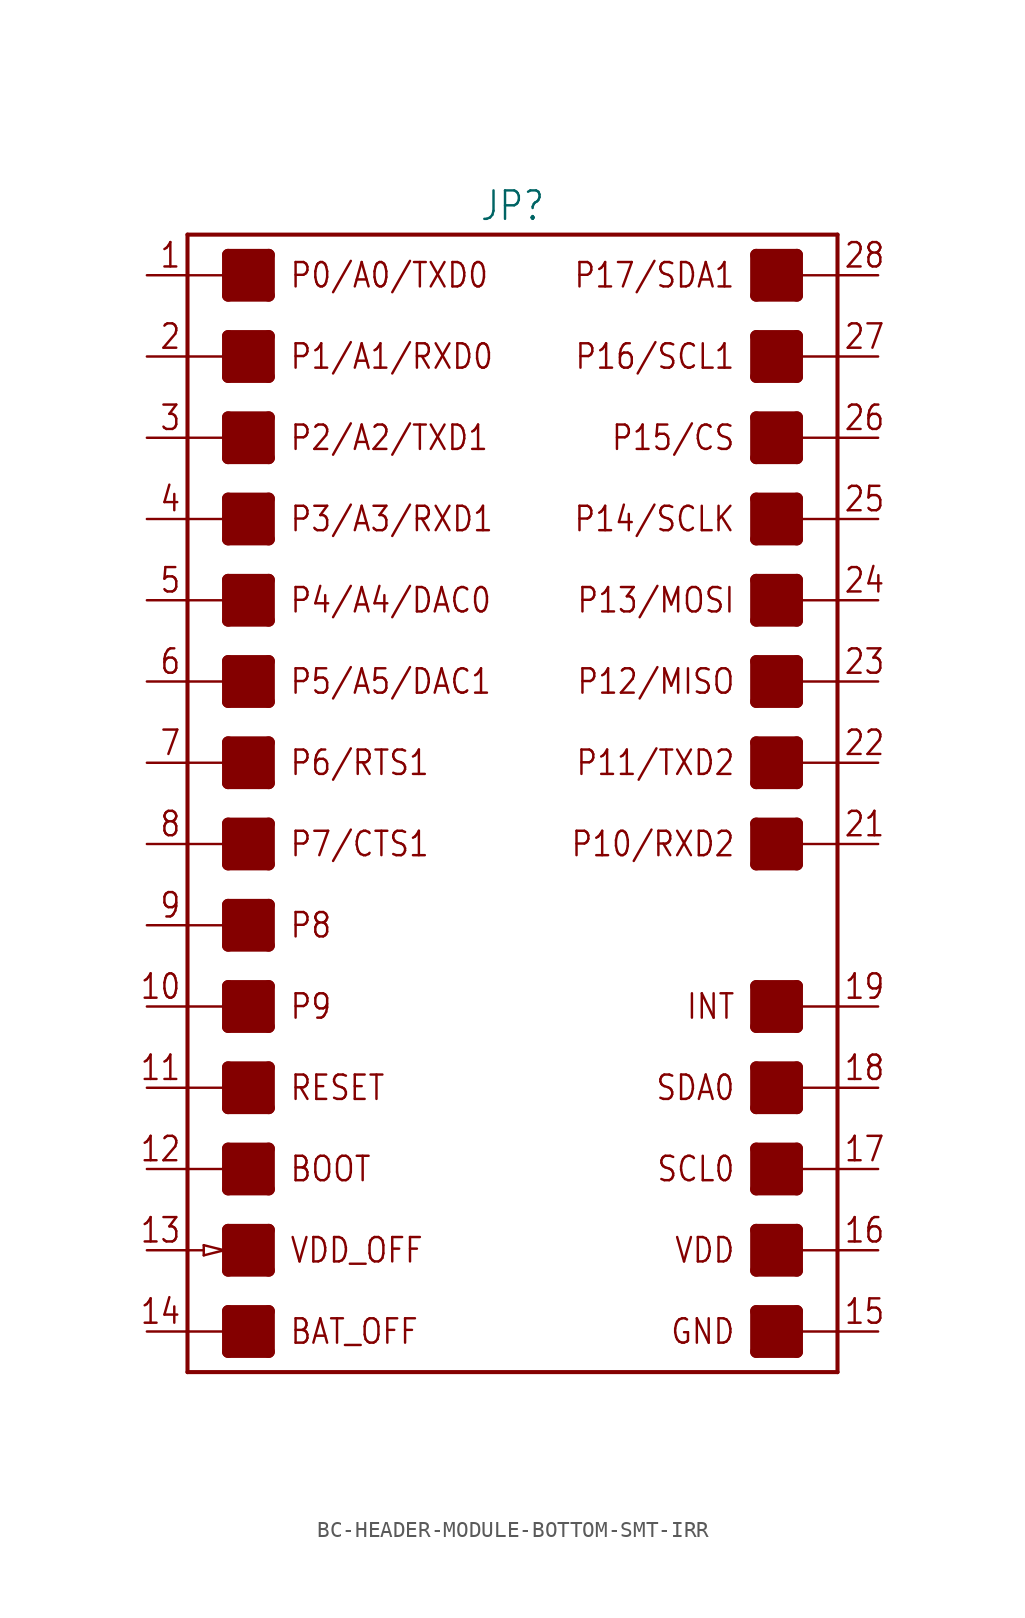
<source format=kicad_sym>
(kicad_symbol_lib
  (version 20231120)
  (generator "kicad_symbol_editor")
  (generator_version "8.0")
  (symbol "BC-HEADER-MODULE-BOTTOM-SMT-IRR"
    (property "Reference" "JP"
      (at 0 36.322 0)
      (effects (font (size 1.778 1.511)) (justify bottom)))
    (property "Value" ""
      (at 0 -36.322 0)
      (effects (font (size 1.778 1.511)) (justify top)))
    (property "ki_locked" ""
      (at 0 0 0)
      (effects (font (size 1.27 1.27))))
    (symbol "BC-HEADER-MODULE-BOTTOM-SMT-IRR_1_0"
      (rectangle (start -17.78 -34.29) (end -15.24 -31.75) (stroke (width 0) (type default)) (fill (type outline)))
      (rectangle (start -17.78 -29.21) (end -15.24 -26.67) (stroke (width 0) (type default)) (fill (type outline)))
      (rectangle (start -17.78 -24.13) (end -15.24 -21.59) (stroke (width 0) (type default)) (fill (type outline)))
      (rectangle (start -17.78 -19.05) (end -15.24 -16.51) (stroke (width 0) (type default)) (fill (type outline)))
      (rectangle (start -17.78 -13.97) (end -15.24 -11.43) (stroke (width 0) (type default)) (fill (type outline)))
      (rectangle (start -17.78 -8.89) (end -15.24 -6.35) (stroke (width 0) (type default)) (fill (type outline)))
      (rectangle (start -17.78 -3.81) (end -15.24 -1.27) (stroke (width 0) (type default)) (fill (type outline)))
      (rectangle (start -17.78 1.27) (end -15.24 3.81) (stroke (width 0) (type default)) (fill (type outline)))
      (rectangle (start -17.78 6.35) (end -15.24 8.89) (stroke (width 0) (type default)) (fill (type outline)))
      (rectangle (start -17.78 11.43) (end -15.24 13.97) (stroke (width 0) (type default)) (fill (type outline)))
      (rectangle (start -17.78 16.51) (end -15.24 19.05) (stroke (width 0) (type default)) (fill (type outline)))
      (rectangle (start -17.78 21.59) (end -15.24 24.13) (stroke (width 0) (type default)) (fill (type outline)))
      (rectangle (start -17.78 26.67) (end -15.24 29.21) (stroke (width 0) (type default)) (fill (type outline)))
      (rectangle (start -17.78 31.75) (end -15.24 34.29) (stroke (width 0) (type default)) (fill (type outline)))
      (polyline (pts (xy -20.32 -33.02) (xy -20.32 -35.56)) (stroke (width 0.254) (type solid)) (fill (type none)))
      (polyline (pts (xy -20.32 -33.02) (xy -17.78 -33.02)) (stroke (width 0.152) (type solid)) (fill (type none)))
      (polyline (pts (xy -20.32 -27.94) (xy -20.32 -33.02)) (stroke (width 0.254) (type solid)) (fill (type none)))
      (polyline (pts (xy -20.32 -27.94) (xy -19.304 -27.94)) (stroke (width 0.152) (type solid)) (fill (type none)))
      (polyline (pts (xy -20.32 -22.86) (xy -20.32 -27.94)) (stroke (width 0.254) (type solid)) (fill (type none)))
      (polyline (pts (xy -20.32 -22.86) (xy -17.78 -22.86)) (stroke (width 0.152) (type solid)) (fill (type none)))
      (polyline (pts (xy -20.32 -17.78) (xy -20.32 -22.86)) (stroke (width 0.254) (type solid)) (fill (type none)))
      (polyline (pts (xy -20.32 -17.78) (xy -17.78 -17.78)) (stroke (width 0.152) (type solid)) (fill (type none)))
      (polyline (pts (xy -20.32 -12.7) (xy -20.32 -17.78)) (stroke (width 0.254) (type solid)) (fill (type none)))
      (polyline (pts (xy -20.32 -12.7) (xy -17.78 -12.7)) (stroke (width 0.152) (type solid)) (fill (type none)))
      (polyline (pts (xy -20.32 -7.62) (xy -20.32 -12.7)) (stroke (width 0.254) (type solid)) (fill (type none)))
      (polyline (pts (xy -20.32 -7.62) (xy -17.78 -7.62)) (stroke (width 0.152) (type solid)) (fill (type none)))
      (polyline (pts (xy -20.32 -2.54) (xy -20.32 -7.62)) (stroke (width 0.254) (type solid)) (fill (type none)))
      (polyline (pts (xy -20.32 -2.54) (xy -17.78 -2.54)) (stroke (width 0.152) (type solid)) (fill (type none)))
      (polyline (pts (xy -20.32 2.54) (xy -20.32 -2.54)) (stroke (width 0.254) (type solid)) (fill (type none)))
      (polyline (pts (xy -20.32 2.54) (xy -17.78 2.54)) (stroke (width 0.152) (type solid)) (fill (type none)))
      (polyline (pts (xy -20.32 7.62) (xy -20.32 2.54)) (stroke (width 0.254) (type solid)) (fill (type none)))
      (polyline (pts (xy -20.32 7.62) (xy -17.78 7.62)) (stroke (width 0.152) (type solid)) (fill (type none)))
      (polyline (pts (xy -20.32 12.7) (xy -20.32 7.62)) (stroke (width 0.254) (type solid)) (fill (type none)))
      (polyline (pts (xy -20.32 12.7) (xy -17.78 12.7)) (stroke (width 0.152) (type solid)) (fill (type none)))
      (polyline (pts (xy -20.32 17.78) (xy -20.32 12.7)) (stroke (width 0.254) (type solid)) (fill (type none)))
      (polyline (pts (xy -20.32 17.78) (xy -17.78 17.78)) (stroke (width 0.152) (type solid)) (fill (type none)))
      (polyline (pts (xy -20.32 22.86) (xy -20.32 17.78)) (stroke (width 0.254) (type solid)) (fill (type none)))
      (polyline (pts (xy -20.32 22.86) (xy -17.78 22.86)) (stroke (width 0.152) (type solid)) (fill (type none)))
      (polyline (pts (xy -20.32 27.94) (xy -20.32 22.86)) (stroke (width 0.254) (type solid)) (fill (type none)))
      (polyline (pts (xy -20.32 27.94) (xy -17.78 27.94)) (stroke (width 0.152) (type solid)) (fill (type none)))
      (polyline (pts (xy -20.32 33.02) (xy -20.32 27.94)) (stroke (width 0.254) (type solid)) (fill (type none)))
      (polyline (pts (xy -20.32 33.02) (xy -17.78 33.02)) (stroke (width 0.152) (type solid)) (fill (type none)))
      (polyline (pts (xy -20.32 35.56) (xy -20.32 33.02)) (stroke (width 0.254) (type solid)) (fill (type none)))
      (polyline (pts (xy -20.32 35.56) (xy 20.32 35.56)) (stroke (width 0.254) (type solid)) (fill (type none)))
      (polyline (pts (xy -19.304 -28.258) (xy -18.034 -27.94)) (stroke (width 0.152) (type solid)) (fill (type none)))
      (polyline (pts (xy -19.304 -27.94) (xy -19.304 -28.258)) (stroke (width 0.152) (type solid)) (fill (type none)))
      (polyline (pts (xy -19.304 -27.622) (xy -19.304 -27.94)) (stroke (width 0.152) (type solid)) (fill (type none)))
      (polyline (pts (xy -18.034 -27.94) (xy -19.304 -27.622)) (stroke (width 0.152) (type solid)) (fill (type none)))
      (polyline (pts (xy -17.78 -34.29) (xy -15.24 -34.29)) (stroke (width 0.762) (type solid)) (fill (type none)))
      (polyline (pts (xy -17.78 -33.02) (xy -17.78 -34.29)) (stroke (width 0.762) (type solid)) (fill (type none)))
      (polyline (pts (xy -17.78 -31.75) (xy -17.78 -33.02)) (stroke (width 0.762) (type solid)) (fill (type none)))
      (polyline (pts (xy -17.78 -31.75) (xy -15.24 -31.75)) (stroke (width 0.762) (type solid)) (fill (type none)))
      (polyline (pts (xy -17.78 -29.21) (xy -15.24 -29.21)) (stroke (width 0.762) (type solid)) (fill (type none)))
      (polyline (pts (xy -17.78 -26.67) (xy -17.78 -29.21)) (stroke (width 0.762) (type solid)) (fill (type none)))
      (polyline (pts (xy -17.78 -26.67) (xy -15.24 -26.67)) (stroke (width 0.762) (type solid)) (fill (type none)))
      (polyline (pts (xy -17.78 -24.13) (xy -15.24 -24.13)) (stroke (width 0.762) (type solid)) (fill (type none)))
      (polyline (pts (xy -17.78 -22.86) (xy -17.78 -24.13)) (stroke (width 0.762) (type solid)) (fill (type none)))
      (polyline (pts (xy -17.78 -21.59) (xy -17.78 -22.86)) (stroke (width 0.762) (type solid)) (fill (type none)))
      (polyline (pts (xy -17.78 -21.59) (xy -15.24 -21.59)) (stroke (width 0.762) (type solid)) (fill (type none)))
      (polyline (pts (xy -17.78 -19.05) (xy -15.24 -19.05)) (stroke (width 0.762) (type solid)) (fill (type none)))
      (polyline (pts (xy -17.78 -17.78) (xy -17.78 -19.05)) (stroke (width 0.762) (type solid)) (fill (type none)))
      (polyline (pts (xy -17.78 -16.51) (xy -17.78 -17.78)) (stroke (width 0.762) (type solid)) (fill (type none)))
      (polyline (pts (xy -17.78 -16.51) (xy -15.24 -16.51)) (stroke (width 0.762) (type solid)) (fill (type none)))
      (polyline (pts (xy -17.78 -13.97) (xy -15.24 -13.97)) (stroke (width 0.762) (type solid)) (fill (type none)))
      (polyline (pts (xy -17.78 -12.7) (xy -17.78 -13.97)) (stroke (width 0.762) (type solid)) (fill (type none)))
      (polyline (pts (xy -17.78 -11.43) (xy -17.78 -12.7)) (stroke (width 0.762) (type solid)) (fill (type none)))
      (polyline (pts (xy -17.78 -11.43) (xy -15.24 -11.43)) (stroke (width 0.762) (type solid)) (fill (type none)))
      (polyline (pts (xy -17.78 -8.89) (xy -15.24 -8.89)) (stroke (width 0.762) (type solid)) (fill (type none)))
      (polyline (pts (xy -17.78 -7.62) (xy -17.78 -8.89)) (stroke (width 0.762) (type solid)) (fill (type none)))
      (polyline (pts (xy -17.78 -6.35) (xy -17.78 -7.62)) (stroke (width 0.762) (type solid)) (fill (type none)))
      (polyline (pts (xy -17.78 -6.35) (xy -15.24 -6.35)) (stroke (width 0.762) (type solid)) (fill (type none)))
      (polyline (pts (xy -17.78 -3.81) (xy -15.24 -3.81)) (stroke (width 0.762) (type solid)) (fill (type none)))
      (polyline (pts (xy -17.78 -2.54) (xy -17.78 -3.81)) (stroke (width 0.762) (type solid)) (fill (type none)))
      (polyline (pts (xy -17.78 -1.27) (xy -17.78 -2.54)) (stroke (width 0.762) (type solid)) (fill (type none)))
      (polyline (pts (xy -17.78 -1.27) (xy -15.24 -1.27)) (stroke (width 0.762) (type solid)) (fill (type none)))
      (polyline (pts (xy -17.78 1.27) (xy -15.24 1.27)) (stroke (width 0.762) (type solid)) (fill (type none)))
      (polyline (pts (xy -17.78 2.54) (xy -17.78 1.27)) (stroke (width 0.762) (type solid)) (fill (type none)))
      (polyline (pts (xy -17.78 3.81) (xy -17.78 2.54)) (stroke (width 0.762) (type solid)) (fill (type none)))
      (polyline (pts (xy -17.78 3.81) (xy -15.24 3.81)) (stroke (width 0.762) (type solid)) (fill (type none)))
      (polyline (pts (xy -17.78 6.35) (xy -15.24 6.35)) (stroke (width 0.762) (type solid)) (fill (type none)))
      (polyline (pts (xy -17.78 7.62) (xy -17.78 6.35)) (stroke (width 0.762) (type solid)) (fill (type none)))
      (polyline (pts (xy -17.78 8.89) (xy -17.78 7.62)) (stroke (width 0.762) (type solid)) (fill (type none)))
      (polyline (pts (xy -17.78 8.89) (xy -15.24 8.89)) (stroke (width 0.762) (type solid)) (fill (type none)))
      (polyline (pts (xy -17.78 11.43) (xy -15.24 11.43)) (stroke (width 0.762) (type solid)) (fill (type none)))
      (polyline (pts (xy -17.78 12.7) (xy -17.78 11.43)) (stroke (width 0.762) (type solid)) (fill (type none)))
      (polyline (pts (xy -17.78 13.97) (xy -17.78 12.7)) (stroke (width 0.762) (type solid)) (fill (type none)))
      (polyline (pts (xy -17.78 13.97) (xy -15.24 13.97)) (stroke (width 0.762) (type solid)) (fill (type none)))
      (polyline (pts (xy -17.78 16.51) (xy -15.24 16.51)) (stroke (width 0.762) (type solid)) (fill (type none)))
      (polyline (pts (xy -17.78 17.78) (xy -17.78 16.51)) (stroke (width 0.762) (type solid)) (fill (type none)))
      (polyline (pts (xy -17.78 19.05) (xy -17.78 17.78)) (stroke (width 0.762) (type solid)) (fill (type none)))
      (polyline (pts (xy -17.78 19.05) (xy -15.24 19.05)) (stroke (width 0.762) (type solid)) (fill (type none)))
      (polyline (pts (xy -17.78 21.59) (xy -15.24 21.59)) (stroke (width 0.762) (type solid)) (fill (type none)))
      (polyline (pts (xy -17.78 22.86) (xy -17.78 21.59)) (stroke (width 0.762) (type solid)) (fill (type none)))
      (polyline (pts (xy -17.78 24.13) (xy -17.78 22.86)) (stroke (width 0.762) (type solid)) (fill (type none)))
      (polyline (pts (xy -17.78 24.13) (xy -15.24 24.13)) (stroke (width 0.762) (type solid)) (fill (type none)))
      (polyline (pts (xy -17.78 26.67) (xy -15.24 26.67)) (stroke (width 0.762) (type solid)) (fill (type none)))
      (polyline (pts (xy -17.78 27.94) (xy -17.78 26.67)) (stroke (width 0.762) (type solid)) (fill (type none)))
      (polyline (pts (xy -17.78 29.21) (xy -17.78 27.94)) (stroke (width 0.762) (type solid)) (fill (type none)))
      (polyline (pts (xy -17.78 29.21) (xy -15.24 29.21)) (stroke (width 0.762) (type solid)) (fill (type none)))
      (polyline (pts (xy -17.78 31.75) (xy -15.24 31.75)) (stroke (width 0.762) (type solid)) (fill (type none)))
      (polyline (pts (xy -17.78 33.02) (xy -17.78 31.75)) (stroke (width 0.762) (type solid)) (fill (type none)))
      (polyline (pts (xy -17.78 34.29) (xy -17.78 33.02)) (stroke (width 0.762) (type solid)) (fill (type none)))
      (polyline (pts (xy -17.78 34.29) (xy -15.24 34.29)) (stroke (width 0.762) (type solid)) (fill (type none)))
      (polyline (pts (xy -15.24 -34.29) (xy -15.24 -31.75)) (stroke (width 0.762) (type solid)) (fill (type none)))
      (polyline (pts (xy -15.24 -29.21) (xy -15.24 -26.67)) (stroke (width 0.762) (type solid)) (fill (type none)))
      (polyline (pts (xy -15.24 -24.13) (xy -15.24 -21.59)) (stroke (width 0.762) (type solid)) (fill (type none)))
      (polyline (pts (xy -15.24 -19.05) (xy -15.24 -16.51)) (stroke (width 0.762) (type solid)) (fill (type none)))
      (polyline (pts (xy -15.24 -13.97) (xy -15.24 -11.43)) (stroke (width 0.762) (type solid)) (fill (type none)))
      (polyline (pts (xy -15.24 -8.89) (xy -15.24 -6.35)) (stroke (width 0.762) (type solid)) (fill (type none)))
      (polyline (pts (xy -15.24 -3.81) (xy -15.24 -1.27)) (stroke (width 0.762) (type solid)) (fill (type none)))
      (polyline (pts (xy -15.24 1.27) (xy -15.24 3.81)) (stroke (width 0.762) (type solid)) (fill (type none)))
      (polyline (pts (xy -15.24 6.35) (xy -15.24 8.89)) (stroke (width 0.762) (type solid)) (fill (type none)))
      (polyline (pts (xy -15.24 11.43) (xy -15.24 13.97)) (stroke (width 0.762) (type solid)) (fill (type none)))
      (polyline (pts (xy -15.24 16.51) (xy -15.24 19.05)) (stroke (width 0.762) (type solid)) (fill (type none)))
      (polyline (pts (xy -15.24 21.59) (xy -15.24 24.13)) (stroke (width 0.762) (type solid)) (fill (type none)))
      (polyline (pts (xy -15.24 26.67) (xy -15.24 29.21)) (stroke (width 0.762) (type solid)) (fill (type none)))
      (polyline (pts (xy -15.24 31.75) (xy -15.24 34.29)) (stroke (width 0.762) (type solid)) (fill (type none)))
      (polyline (pts (xy 15.24 -34.29) (xy 17.78 -34.29)) (stroke (width 0.762) (type solid)) (fill (type none)))
      (polyline (pts (xy 15.24 -31.75) (xy 15.24 -34.29)) (stroke (width 0.762) (type solid)) (fill (type none)))
      (polyline (pts (xy 15.24 -31.75) (xy 17.78 -31.75)) (stroke (width 0.762) (type solid)) (fill (type none)))
      (polyline (pts (xy 15.24 -29.21) (xy 17.78 -29.21)) (stroke (width 0.762) (type solid)) (fill (type none)))
      (polyline (pts (xy 15.24 -26.67) (xy 15.24 -29.21)) (stroke (width 0.762) (type solid)) (fill (type none)))
      (polyline (pts (xy 15.24 -26.67) (xy 17.78 -26.67)) (stroke (width 0.762) (type solid)) (fill (type none)))
      (polyline (pts (xy 15.24 -24.13) (xy 17.78 -24.13)) (stroke (width 0.762) (type solid)) (fill (type none)))
      (polyline (pts (xy 15.24 -21.59) (xy 15.24 -24.13)) (stroke (width 0.762) (type solid)) (fill (type none)))
      (polyline (pts (xy 15.24 -21.59) (xy 17.78 -21.59)) (stroke (width 0.762) (type solid)) (fill (type none)))
      (polyline (pts (xy 15.24 -19.05) (xy 17.78 -19.05)) (stroke (width 0.762) (type solid)) (fill (type none)))
      (polyline (pts (xy 15.24 -16.51) (xy 15.24 -19.05)) (stroke (width 0.762) (type solid)) (fill (type none)))
      (polyline (pts (xy 15.24 -16.51) (xy 17.78 -16.51)) (stroke (width 0.762) (type solid)) (fill (type none)))
      (polyline (pts (xy 15.24 -13.97) (xy 17.78 -13.97)) (stroke (width 0.762) (type solid)) (fill (type none)))
      (polyline (pts (xy 15.24 -11.43) (xy 15.24 -13.97)) (stroke (width 0.762) (type solid)) (fill (type none)))
      (polyline (pts (xy 15.24 -11.43) (xy 17.78 -11.43)) (stroke (width 0.762) (type solid)) (fill (type none)))
      (polyline (pts (xy 15.24 -3.81) (xy 17.78 -3.81)) (stroke (width 0.762) (type solid)) (fill (type none)))
      (polyline (pts (xy 15.24 -1.27) (xy 15.24 -3.81)) (stroke (width 0.762) (type solid)) (fill (type none)))
      (polyline (pts (xy 15.24 -1.27) (xy 17.78 -1.27)) (stroke (width 0.762) (type solid)) (fill (type none)))
      (polyline (pts (xy 15.24 1.27) (xy 17.78 1.27)) (stroke (width 0.762) (type solid)) (fill (type none)))
      (polyline (pts (xy 15.24 3.81) (xy 15.24 1.27)) (stroke (width 0.762) (type solid)) (fill (type none)))
      (polyline (pts (xy 15.24 3.81) (xy 17.78 3.81)) (stroke (width 0.762) (type solid)) (fill (type none)))
      (polyline (pts (xy 15.24 6.35) (xy 17.78 6.35)) (stroke (width 0.762) (type solid)) (fill (type none)))
      (polyline (pts (xy 15.24 8.89) (xy 15.24 6.35)) (stroke (width 0.762) (type solid)) (fill (type none)))
      (polyline (pts (xy 15.24 8.89) (xy 17.78 8.89)) (stroke (width 0.762) (type solid)) (fill (type none)))
      (polyline (pts (xy 15.24 11.43) (xy 17.78 11.43)) (stroke (width 0.762) (type solid)) (fill (type none)))
      (polyline (pts (xy 15.24 13.97) (xy 15.24 11.43)) (stroke (width 0.762) (type solid)) (fill (type none)))
      (polyline (pts (xy 15.24 13.97) (xy 17.78 13.97)) (stroke (width 0.762) (type solid)) (fill (type none)))
      (polyline (pts (xy 15.24 16.51) (xy 17.78 16.51)) (stroke (width 0.762) (type solid)) (fill (type none)))
      (polyline (pts (xy 15.24 19.05) (xy 15.24 16.51)) (stroke (width 0.762) (type solid)) (fill (type none)))
      (polyline (pts (xy 15.24 19.05) (xy 17.78 19.05)) (stroke (width 0.762) (type solid)) (fill (type none)))
      (polyline (pts (xy 15.24 21.59) (xy 17.78 21.59)) (stroke (width 0.762) (type solid)) (fill (type none)))
      (polyline (pts (xy 15.24 24.13) (xy 15.24 21.59)) (stroke (width 0.762) (type solid)) (fill (type none)))
      (polyline (pts (xy 15.24 24.13) (xy 17.78 24.13)) (stroke (width 0.762) (type solid)) (fill (type none)))
      (polyline (pts (xy 15.24 26.67) (xy 17.78 26.67)) (stroke (width 0.762) (type solid)) (fill (type none)))
      (polyline (pts (xy 15.24 29.21) (xy 15.24 26.67)) (stroke (width 0.762) (type solid)) (fill (type none)))
      (polyline (pts (xy 15.24 29.21) (xy 17.78 29.21)) (stroke (width 0.762) (type solid)) (fill (type none)))
      (polyline (pts (xy 15.24 31.75) (xy 17.78 31.75)) (stroke (width 0.762) (type solid)) (fill (type none)))
      (polyline (pts (xy 15.24 34.29) (xy 15.24 31.75)) (stroke (width 0.762) (type solid)) (fill (type none)))
      (polyline (pts (xy 15.24 34.29) (xy 17.78 34.29)) (stroke (width 0.762) (type solid)) (fill (type none)))
      (polyline (pts (xy 17.78 -34.29) (xy 17.78 -33.02)) (stroke (width 0.762) (type solid)) (fill (type none)))
      (polyline (pts (xy 17.78 -33.02) (xy 17.78 -31.75)) (stroke (width 0.762) (type solid)) (fill (type none)))
      (polyline (pts (xy 17.78 -33.02) (xy 20.32 -33.02)) (stroke (width 0.152) (type solid)) (fill (type none)))
      (polyline (pts (xy 17.78 -29.21) (xy 17.78 -27.94)) (stroke (width 0.762) (type solid)) (fill (type none)))
      (polyline (pts (xy 17.78 -27.94) (xy 17.78 -26.67)) (stroke (width 0.762) (type solid)) (fill (type none)))
      (polyline (pts (xy 17.78 -27.94) (xy 20.32 -27.94)) (stroke (width 0.152) (type solid)) (fill (type none)))
      (polyline (pts (xy 17.78 -24.13) (xy 17.78 -22.86)) (stroke (width 0.762) (type solid)) (fill (type none)))
      (polyline (pts (xy 17.78 -22.86) (xy 17.78 -21.59)) (stroke (width 0.762) (type solid)) (fill (type none)))
      (polyline (pts (xy 17.78 -22.86) (xy 20.32 -22.86)) (stroke (width 0.152) (type solid)) (fill (type none)))
      (polyline (pts (xy 17.78 -19.05) (xy 17.78 -17.78)) (stroke (width 0.762) (type solid)) (fill (type none)))
      (polyline (pts (xy 17.78 -17.78) (xy 17.78 -16.51)) (stroke (width 0.762) (type solid)) (fill (type none)))
      (polyline (pts (xy 17.78 -17.78) (xy 20.32 -17.78)) (stroke (width 0.152) (type solid)) (fill (type none)))
      (polyline (pts (xy 17.78 -13.97) (xy 17.78 -12.7)) (stroke (width 0.762) (type solid)) (fill (type none)))
      (polyline (pts (xy 17.78 -12.7) (xy 17.78 -11.43)) (stroke (width 0.762) (type solid)) (fill (type none)))
      (polyline (pts (xy 17.78 -12.7) (xy 20.32 -12.7)) (stroke (width 0.152) (type solid)) (fill (type none)))
      (polyline (pts (xy 17.78 -3.81) (xy 17.78 -2.54)) (stroke (width 0.762) (type solid)) (fill (type none)))
      (polyline (pts (xy 17.78 -2.54) (xy 17.78 -1.27)) (stroke (width 0.762) (type solid)) (fill (type none)))
      (polyline (pts (xy 17.78 -2.54) (xy 20.32 -2.54)) (stroke (width 0.152) (type solid)) (fill (type none)))
      (polyline (pts (xy 17.78 1.27) (xy 17.78 2.54)) (stroke (width 0.762) (type solid)) (fill (type none)))
      (polyline (pts (xy 17.78 2.54) (xy 17.78 3.81)) (stroke (width 0.762) (type solid)) (fill (type none)))
      (polyline (pts (xy 17.78 2.54) (xy 20.32 2.54)) (stroke (width 0.152) (type solid)) (fill (type none)))
      (polyline (pts (xy 17.78 6.35) (xy 17.78 7.62)) (stroke (width 0.762) (type solid)) (fill (type none)))
      (polyline (pts (xy 17.78 7.62) (xy 17.78 8.89)) (stroke (width 0.762) (type solid)) (fill (type none)))
      (polyline (pts (xy 17.78 7.62) (xy 20.32 7.62)) (stroke (width 0.152) (type solid)) (fill (type none)))
      (polyline (pts (xy 17.78 11.43) (xy 17.78 12.7)) (stroke (width 0.762) (type solid)) (fill (type none)))
      (polyline (pts (xy 17.78 12.7) (xy 17.78 13.97)) (stroke (width 0.762) (type solid)) (fill (type none)))
      (polyline (pts (xy 17.78 12.7) (xy 20.32 12.7)) (stroke (width 0.152) (type solid)) (fill (type none)))
      (polyline (pts (xy 17.78 16.51) (xy 17.78 17.78)) (stroke (width 0.762) (type solid)) (fill (type none)))
      (polyline (pts (xy 17.78 17.78) (xy 17.78 19.05)) (stroke (width 0.762) (type solid)) (fill (type none)))
      (polyline (pts (xy 17.78 17.78) (xy 20.32 17.78)) (stroke (width 0.152) (type solid)) (fill (type none)))
      (polyline (pts (xy 17.78 21.59) (xy 17.78 22.86)) (stroke (width 0.762) (type solid)) (fill (type none)))
      (polyline (pts (xy 17.78 22.86) (xy 17.78 24.13)) (stroke (width 0.762) (type solid)) (fill (type none)))
      (polyline (pts (xy 17.78 22.86) (xy 20.32 22.86)) (stroke (width 0.152) (type solid)) (fill (type none)))
      (polyline (pts (xy 17.78 26.67) (xy 17.78 27.94)) (stroke (width 0.762) (type solid)) (fill (type none)))
      (polyline (pts (xy 17.78 27.94) (xy 17.78 29.21)) (stroke (width 0.762) (type solid)) (fill (type none)))
      (polyline (pts (xy 17.78 27.94) (xy 20.32 27.94)) (stroke (width 0.152) (type solid)) (fill (type none)))
      (polyline (pts (xy 17.78 31.75) (xy 17.78 33.02)) (stroke (width 0.762) (type solid)) (fill (type none)))
      (polyline (pts (xy 17.78 33.02) (xy 17.78 34.29)) (stroke (width 0.762) (type solid)) (fill (type none)))
      (polyline (pts (xy 17.78 33.02) (xy 20.32 33.02)) (stroke (width 0.152) (type solid)) (fill (type none)))
      (polyline (pts (xy 20.32 -35.56) (xy -20.32 -35.56)) (stroke (width 0.254) (type solid)) (fill (type none)))
      (polyline (pts (xy 20.32 -33.02) (xy 20.32 -35.56)) (stroke (width 0.254) (type solid)) (fill (type none)))
      (polyline (pts (xy 20.32 -27.94) (xy 20.32 -33.02)) (stroke (width 0.254) (type solid)) (fill (type none)))
      (polyline (pts (xy 20.32 -22.86) (xy 20.32 -27.94)) (stroke (width 0.254) (type solid)) (fill (type none)))
      (polyline (pts (xy 20.32 -17.78) (xy 20.32 -22.86)) (stroke (width 0.254) (type solid)) (fill (type none)))
      (polyline (pts (xy 20.32 -12.7) (xy 20.32 -17.78)) (stroke (width 0.254) (type solid)) (fill (type none)))
      (polyline (pts (xy 20.32 -2.54) (xy 20.32 -12.7)) (stroke (width 0.254) (type solid)) (fill (type none)))
      (polyline (pts (xy 20.32 2.54) (xy 20.32 -2.54)) (stroke (width 0.254) (type solid)) (fill (type none)))
      (polyline (pts (xy 20.32 7.62) (xy 20.32 2.54)) (stroke (width 0.254) (type solid)) (fill (type none)))
      (polyline (pts (xy 20.32 12.7) (xy 20.32 7.62)) (stroke (width 0.254) (type solid)) (fill (type none)))
      (polyline (pts (xy 20.32 17.78) (xy 20.32 12.7)) (stroke (width 0.254) (type solid)) (fill (type none)))
      (polyline (pts (xy 20.32 22.86) (xy 20.32 17.78)) (stroke (width 0.254) (type solid)) (fill (type none)))
      (polyline (pts (xy 20.32 27.94) (xy 20.32 22.86)) (stroke (width 0.254) (type solid)) (fill (type none)))
      (polyline (pts (xy 20.32 33.02) (xy 20.32 27.94)) (stroke (width 0.254) (type solid)) (fill (type none)))
      (polyline (pts (xy 20.32 35.56) (xy 20.32 33.02)) (stroke (width 0.254) (type solid)) (fill (type none)))
      (rectangle (start 15.24 -34.29) (end 17.78 -31.75) (stroke (width 0) (type default)) (fill (type outline)))
      (rectangle (start 15.24 -29.21) (end 17.78 -26.67) (stroke (width 0) (type default)) (fill (type outline)))
      (rectangle (start 15.24 -24.13) (end 17.78 -21.59) (stroke (width 0) (type default)) (fill (type outline)))
      (rectangle (start 15.24 -19.05) (end 17.78 -16.51) (stroke (width 0) (type default)) (fill (type outline)))
      (rectangle (start 15.24 -13.97) (end 17.78 -11.43) (stroke (width 0) (type default)) (fill (type outline)))
      (rectangle (start 15.24 -3.81) (end 17.78 -1.27) (stroke (width 0) (type default)) (fill (type outline)))
      (rectangle (start 15.24 1.27) (end 17.78 3.81) (stroke (width 0) (type default)) (fill (type outline)))
      (rectangle (start 15.24 6.35) (end 17.78 8.89) (stroke (width 0) (type default)) (fill (type outline)))
      (rectangle (start 15.24 11.43) (end 17.78 13.97) (stroke (width 0) (type default)) (fill (type outline)))
      (rectangle (start 15.24 16.51) (end 17.78 19.05) (stroke (width 0) (type default)) (fill (type outline)))
      (rectangle (start 15.24 21.59) (end 17.78 24.13) (stroke (width 0) (type default)) (fill (type outline)))
      (rectangle (start 15.24 26.67) (end 17.78 29.21) (stroke (width 0) (type default)) (fill (type outline)))
      (rectangle (start 15.24 31.75) (end 17.78 34.29) (stroke (width 0) (type default)) (fill (type outline)))
      (text "1" (at -20.676 33.376 0) (effects (font (size 1.524 1.295)) (justify right bottom)))
      (text "10" (at -20.676 -12.344 0) (effects (font (size 1.524 1.295)) (justify right bottom)))
      (text "11" (at -20.676 -17.424 0) (effects (font (size 1.524 1.295)) (justify right bottom)))
      (text "12" (at -20.676 -22.504 0) (effects (font (size 1.524 1.295)) (justify right bottom)))
      (text "13" (at -20.676 -27.584 0) (effects (font (size 1.524 1.295)) (justify right bottom)))
      (text "14" (at -20.676 -32.664 0) (effects (font (size 1.524 1.295)) (justify right bottom)))
      (text "15" (at 20.676 -32.664 0) (effects (font (size 1.524 1.295)) (justify left bottom)))
      (text "16" (at 20.676 -27.584 0) (effects (font (size 1.524 1.295)) (justify left bottom)))
      (text "17" (at 20.676 -22.504 0) (effects (font (size 1.524 1.295)) (justify left bottom)))
      (text "18" (at 20.676 -17.424 0) (effects (font (size 1.524 1.295)) (justify left bottom)))
      (text "19" (at 20.676 -12.344 0) (effects (font (size 1.524 1.295)) (justify left bottom)))
      (text "2" (at -20.676 28.296 0) (effects (font (size 1.524 1.295)) (justify right bottom)))
      (text "21" (at 20.676 -2.184 0) (effects (font (size 1.524 1.295)) (justify left bottom)))
      (text "22" (at 20.676 2.896 0) (effects (font (size 1.524 1.295)) (justify left bottom)))
      (text "23" (at 20.676 7.976 0) (effects (font (size 1.524 1.295)) (justify left bottom)))
      (text "24" (at 20.676 13.056 0) (effects (font (size 1.524 1.295)) (justify left bottom)))
      (text "25" (at 20.676 18.136 0) (effects (font (size 1.524 1.295)) (justify left bottom)))
      (text "26" (at 20.676 23.216 0) (effects (font (size 1.524 1.295)) (justify left bottom)))
      (text "27" (at 20.676 28.296 0) (effects (font (size 1.524 1.295)) (justify left bottom)))
      (text "28" (at 20.676 33.376 0) (effects (font (size 1.524 1.295)) (justify left bottom)))
      (text "3" (at -20.676 23.216 0) (effects (font (size 1.524 1.295)) (justify right bottom)))
      (text "4" (at -20.676 18.136 0) (effects (font (size 1.524 1.295)) (justify right bottom)))
      (text "5" (at -20.676 13.056 0) (effects (font (size 1.524 1.295)) (justify right bottom)))
      (text "6" (at -20.676 7.976 0) (effects (font (size 1.524 1.295)) (justify right bottom)))
      (text "7" (at -20.676 2.896 0) (effects (font (size 1.524 1.295)) (justify right bottom)))
      (text "8" (at -20.676 -2.184 0) (effects (font (size 1.524 1.295)) (justify right bottom)))
      (text "9" (at -20.676 -7.264 0) (effects (font (size 1.524 1.295)) (justify right bottom)))
      (text "BAT_OFF" (at -13.97 -33.02 0) (effects (font (size 1.524 1.295)) (justify left)))
      (text "BOOT" (at -13.97 -22.86 0) (effects (font (size 1.524 1.295)) (justify left)))
      (text "GND" (at 13.97 -33.02 0) (effects (font (size 1.524 1.295)) (justify right)))
      (text "INT" (at 13.97 -12.7 0) (effects (font (size 1.524 1.295)) (justify right)))
      (text "P0/A0/TXD0" (at -13.97 33.02 0) (effects (font (size 1.524 1.295)) (justify left)))
      (text "P1/A1/RXD0" (at -13.97 27.94 0) (effects (font (size 1.524 1.295)) (justify left)))
      (text "P10/RXD2" (at 13.97 -2.54 0) (effects (font (size 1.524 1.295)) (justify right)))
      (text "P11/TXD2" (at 13.97 2.54 0) (effects (font (size 1.524 1.295)) (justify right)))
      (text "P12/MISO" (at 13.97 7.62 0) (effects (font (size 1.524 1.295)) (justify right)))
      (text "P13/MOSI" (at 13.97 12.7 0) (effects (font (size 1.524 1.295)) (justify right)))
      (text "P14/SCLK" (at 13.97 17.78 0) (effects (font (size 1.524 1.295)) (justify right)))
      (text "P15/CS" (at 13.97 22.86 0) (effects (font (size 1.524 1.295)) (justify right)))
      (text "P16/SCL1" (at 13.97 27.94 0) (effects (font (size 1.524 1.295)) (justify right)))
      (text "P17/SDA1" (at 13.97 33.02 0) (effects (font (size 1.524 1.295)) (justify right)))
      (text "P2/A2/TXD1" (at -13.97 22.86 0) (effects (font (size 1.524 1.295)) (justify left)))
      (text "P3/A3/RXD1" (at -13.97 17.78 0) (effects (font (size 1.524 1.295)) (justify left)))
      (text "P4/A4/DAC0" (at -13.97 12.7 0) (effects (font (size 1.524 1.295)) (justify left)))
      (text "P5/A5/DAC1" (at -13.97 7.62 0) (effects (font (size 1.524 1.295)) (justify left)))
      (text "P6/RTS1" (at -13.97 2.54 0) (effects (font (size 1.524 1.295)) (justify left)))
      (text "P7/CTS1" (at -13.97 -2.54 0) (effects (font (size 1.524 1.295)) (justify left)))
      (text "P8" (at -13.97 -7.62 0) (effects (font (size 1.524 1.295)) (justify left)))
      (text "P9" (at -13.97 -12.7 0) (effects (font (size 1.524 1.295)) (justify left)))
      (text "RESET" (at -13.97 -17.78 0) (effects (font (size 1.524 1.295)) (justify left)))
      (text "SCL0" (at 13.97 -22.86 0) (effects (font (size 1.524 1.295)) (justify right)))
      (text "SDA0" (at 13.97 -17.78 0) (effects (font (size 1.524 1.295)) (justify right)))
      (text "VDD" (at 13.97 -27.94 0) (effects (font (size 1.524 1.295)) (justify right)))
      (text "VDD_OFF" (at -13.97 -27.94 0) (effects (font (size 1.524 1.295)) (justify left)))
      (pin passive line (at -22.86 33.02 0) (length 2.54) (name "P0/A0/TXD0" (effects (font (size 0 0)))) (number "1" (effects (font (size 0 0)))))
      (pin passive line (at -22.86 -12.7 0) (length 2.54) (name "P9" (effects (font (size 0 0)))) (number "10" (effects (font (size 0 0)))))
      (pin passive line (at -22.86 -17.78 0) (length 2.54) (name "RESET" (effects (font (size 0 0)))) (number "11" (effects (font (size 0 0)))))
      (pin passive line (at -22.86 -22.86 0) (length 2.54) (name "BOOT" (effects (font (size 0 0)))) (number "12" (effects (font (size 0 0)))))
      (pin passive line (at -22.86 -27.94 0) (length 2.54) (name "VDD_OFF_IN" (effects (font (size 0 0)))) (number "13" (effects (font (size 0 0)))))
      (pin passive line (at -22.86 -33.02 0) (length 2.54) (name "BAT_OFF" (effects (font (size 0 0)))) (number "14" (effects (font (size 0 0)))))
      (pin passive line (at 22.86 -33.02 180) (length 2.54) (name "GND" (effects (font (size 0 0)))) (number "15" (effects (font (size 0 0)))))
      (pin passive line (at 22.86 -27.94 180) (length 2.54) (name "VDD" (effects (font (size 0 0)))) (number "16" (effects (font (size 0 0)))))
      (pin passive line (at 22.86 -22.86 180) (length 2.54) (name "SCL0" (effects (font (size 0 0)))) (number "17" (effects (font (size 0 0)))))
      (pin passive line (at 22.86 -17.78 180) (length 2.54) (name "SDA0" (effects (font (size 0 0)))) (number "18" (effects (font (size 0 0)))))
      (pin passive line (at 22.86 -12.7 180) (length 2.54) (name "INT" (effects (font (size 0 0)))) (number "19" (effects (font (size 0 0)))))
      (pin passive line (at -22.86 27.94 0) (length 2.54) (name "P1/A1/RXD0" (effects (font (size 0 0)))) (number "2" (effects (font (size 0 0)))))
      (pin passive line (at 22.86 -2.54 180) (length 2.54) (name "P10/RXD2" (effects (font (size 0 0)))) (number "21" (effects (font (size 0 0)))))
      (pin passive line (at 22.86 2.54 180) (length 2.54) (name "P11/TXD2" (effects (font (size 0 0)))) (number "22" (effects (font (size 0 0)))))
      (pin passive line (at 22.86 7.62 180) (length 2.54) (name "P12/MISO" (effects (font (size 0 0)))) (number "23" (effects (font (size 0 0)))))
      (pin passive line (at 22.86 12.7 180) (length 2.54) (name "P13/MOSI" (effects (font (size 0 0)))) (number "24" (effects (font (size 0 0)))))
      (pin passive line (at 22.86 17.78 180) (length 2.54) (name "P14/SCLK" (effects (font (size 0 0)))) (number "25" (effects (font (size 0 0)))))
      (pin passive line (at 22.86 22.86 180) (length 2.54) (name "P15/CS" (effects (font (size 0 0)))) (number "26" (effects (font (size 0 0)))))
      (pin passive line (at 22.86 27.94 180) (length 2.54) (name "P16/SCL1" (effects (font (size 0 0)))) (number "27" (effects (font (size 0 0)))))
      (pin passive line (at 22.86 33.02 180) (length 2.54) (name "P17/SDA1" (effects (font (size 0 0)))) (number "28" (effects (font (size 0 0)))))
      (pin passive line (at -22.86 22.86 0) (length 2.54) (name "P2/A2/TXD1" (effects (font (size 0 0)))) (number "3" (effects (font (size 0 0)))))
      (pin passive line (at -22.86 17.78 0) (length 2.54) (name "P3/A3/RXD1" (effects (font (size 0 0)))) (number "4" (effects (font (size 0 0)))))
      (pin passive line (at -22.86 12.7 0) (length 2.54) (name "P4/A4/DAC0" (effects (font (size 0 0)))) (number "5" (effects (font (size 0 0)))))
      (pin passive line (at -22.86 7.62 0) (length 2.54) (name "P5/A5/DAC1" (effects (font (size 0 0)))) (number "6" (effects (font (size 0 0)))))
      (pin passive line (at -22.86 2.54 0) (length 2.54) (name "P6/RTS1" (effects (font (size 0 0)))) (number "7" (effects (font (size 0 0)))))
      (pin passive line (at -22.86 -2.54 0) (length 2.54) (name "P7/CTS1" (effects (font (size 0 0)))) (number "8" (effects (font (size 0 0)))))
      (pin passive line (at -22.86 -7.62 0) (length 2.54) (name "P8" (effects (font (size 0 0)))) (number "9" (effects (font (size 0 0))))))))
</source>
